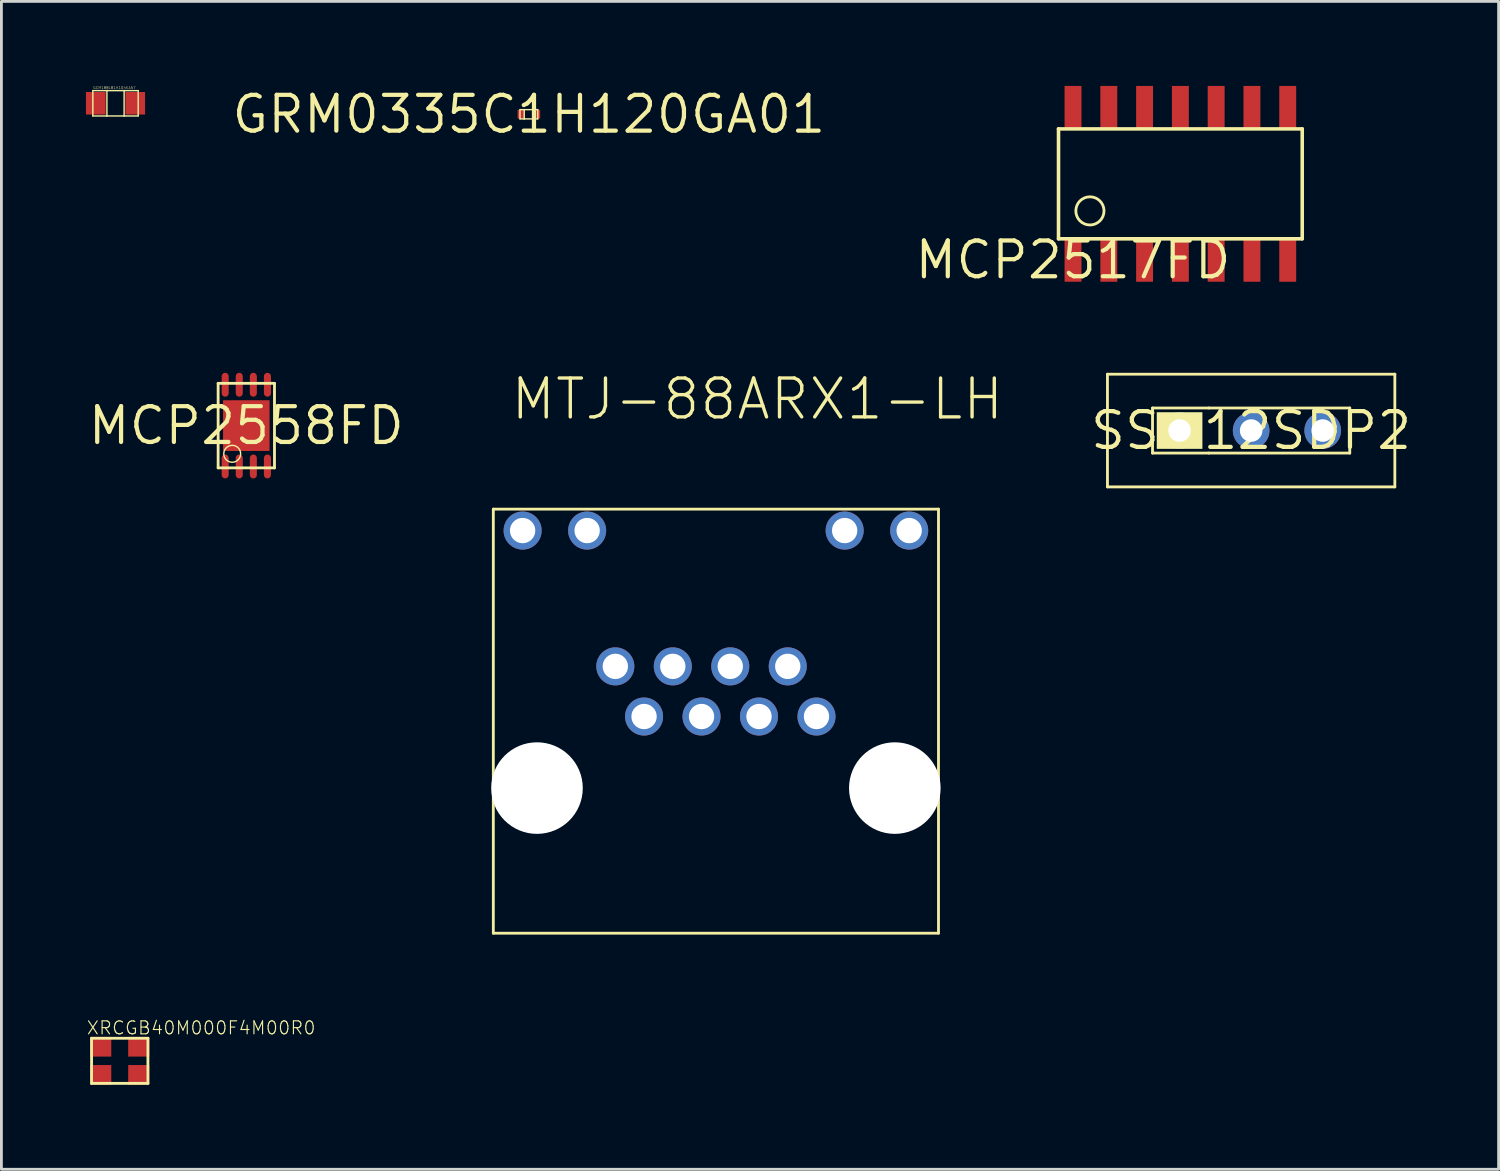
<source format=kicad_pcb>
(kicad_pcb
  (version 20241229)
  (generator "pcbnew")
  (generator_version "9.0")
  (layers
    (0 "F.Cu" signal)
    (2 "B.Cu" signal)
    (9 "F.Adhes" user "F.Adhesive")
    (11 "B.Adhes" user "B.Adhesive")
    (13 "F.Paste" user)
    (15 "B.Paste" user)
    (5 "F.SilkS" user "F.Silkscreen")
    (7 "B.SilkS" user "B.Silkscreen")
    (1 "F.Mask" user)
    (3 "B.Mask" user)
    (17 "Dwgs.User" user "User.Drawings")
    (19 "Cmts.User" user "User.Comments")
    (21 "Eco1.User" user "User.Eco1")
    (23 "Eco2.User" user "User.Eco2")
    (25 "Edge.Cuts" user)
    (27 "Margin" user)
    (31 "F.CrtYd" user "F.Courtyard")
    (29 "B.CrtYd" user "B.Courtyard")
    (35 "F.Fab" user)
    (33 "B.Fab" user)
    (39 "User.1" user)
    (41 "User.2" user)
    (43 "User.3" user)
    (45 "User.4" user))
  (footprint "MCP2517FD"
    (layer "F.Cu")
    (at 35.034 6.175)
    (property "Reference" "MCP2517FD" (at 0 0 0) (layer "F.SilkS") (effects (font (size 1.27 1.27) (thickness 0.15))))
    (fp_line (start -0.515 -4.65) (end -0.515 -0.75) (stroke (width 0.127) (type solid)) (layer "F.SilkS"))
    (fp_line (start -0.515 -0.75) (end 8.135 -0.75) (stroke (width 0.127) (type solid)) (layer "F.SilkS"))
    (fp_line (start 8.135 -4.65) (end -0.515 -4.65) (stroke (width 0.127) (type solid)) (layer "F.SilkS"))
    (fp_line (start 8.135 -0.75) (end 8.135 -4.65) (stroke (width 0.127) (type solid)) (layer "F.SilkS"))
    (fp_circle (center 0.6 -1.74) (end 1.1 -1.74) (stroke (width 0.1) (type solid)) (fill no) (layer "F.SilkS"))
    (pad "CLKO/SOF" smd rect (at 2.54 0) (size 0.6 1.55) (layers "F.Cu" "F.Mask" "F.Paste"))
    (pad "INT" smd rect (at 3.81 0) (size 0.6 1.55) (layers "F.Cu" "F.Mask" "F.Paste"))
    (pad "INT0/GPIO0" smd rect (at 6.35 -5.4) (size 0.6 1.55) (layers "F.Cu" "F.Mask" "F.Paste"))
    (pad "INT1/GPIO1" smd rect (at 7.62 -5.4) (size 0.6 1.55) (layers "F.Cu" "F.Mask" "F.Paste"))
    (pad "NCS" smd rect (at 1.27 -5.4) (size 0.6 1.55) (layers "F.Cu" "F.Mask" "F.Paste"))
    (pad "OSC1" smd rect (at 6.35 0) (size 0.6 1.55) (layers "F.Cu" "F.Mask" "F.Paste"))
    (pad "OSC2" smd rect (at 5.08 0) (size 0.6 1.55) (layers "F.Cu" "F.Mask" "F.Paste"))
    (pad "RXCAN" smd rect (at 1.27 0) (size 0.6 1.55) (layers "F.Cu" "F.Mask" "F.Paste"))
    (pad "SCK" smd rect (at 5.08 -5.4) (size 0.6 1.55) (layers "F.Cu" "F.Mask" "F.Paste"))
    (pad "SDI" smd rect (at 3.81 -5.4) (size 0.6 1.55) (layers "F.Cu" "F.Mask" "F.Paste"))
    (pad "SDO" smd rect (at 2.54 -5.4) (size 0.6 1.55) (layers "F.Cu" "F.Mask" "F.Paste"))
    (pad "TXCAN" smd rect (at 0 0) (size 0.6 1.55) (layers "F.Cu" "F.Mask" "F.Paste"))
    (pad "VDD" smd rect (at 0 -5.4) (size 0.6 1.55) (layers "F.Cu" "F.Mask" "F.Paste"))
    (pad "VSS" smd rect (at 7.62 0) (size 0.6 1.55) (layers "F.Cu" "F.Mask" "F.Paste")))
  (footprint "XRCGB40M000F4M00R0"
    (layer "F.Cu")
    (at 1.2 34.601)
    (property "Reference" "XRCGB40M000F4M00R0" (at -1.2 -0.9 0) (layer "F.SilkS") (effects (font (size 0.46 0.46) (thickness 0.04)) (justify left bottom)))
    (fp_line (start -1 -0.8) (end -1 0.8) (stroke (width 0.1) (type solid)) (layer "F.SilkS"))
    (fp_line (start -1 0.8) (end 1 0.8) (stroke (width 0.1) (type solid)) (layer "F.SilkS"))
    (fp_line (start 1 -0.8) (end -1 -0.8) (stroke (width 0.1) (type solid)) (layer "F.SilkS"))
    (fp_line (start 1 0.8) (end 1 -0.8) (stroke (width 0.1) (type solid)) (layer "F.SilkS"))
    (pad "1" smd rect (at -0.675 0.5) (size 0.75 0.7) (layers "F.Cu" "F.Mask" "F.Paste"))
    (pad "2" smd rect (at 0.675 -0.5) (size 0.75 0.7) (layers "F.Cu" "F.Mask" "F.Paste"))
    (pad "NC1" smd rect (at -0.675 -0.5) (size 0.75 0.7) (layers "F.Cu" "F.Mask" "F.Paste"))
    (pad "NC2" smd rect (at 0.675 0.5) (size 0.75 0.7) (layers "F.Cu" "F.Mask" "F.Paste")))
  (footprint "GCM188L81H104KA57"
    (layer "F.Cu")
    (at 1.05 0.616)
    (property "Reference" "GCM188L81H104KA57" (at -0.8 -0.5 0) (layer "F.SilkS") (effects (font (size 0.092 0.092) (thickness 0.008)) (justify left bottom)))
    (fp_line (start -0.805 -0.45) (end -0.305 -0.45) (stroke (width 0.05) (type solid)) (layer "F.SilkS"))
    (fp_line (start -0.805 0.45) (end -0.805 -0.45) (stroke (width 0.05) (type solid)) (layer "F.SilkS"))
    (fp_line (start -0.305 -0.45) (end -0.305 0.45) (stroke (width 0.05) (type solid)) (layer "F.SilkS"))
    (fp_line (start -0.305 -0.45) (end 0.305 -0.45) (stroke (width 0.05) (type solid)) (layer "F.SilkS"))
    (fp_line (start -0.305 0.45) (end -0.805 0.45) (stroke (width 0.05) (type solid)) (layer "F.SilkS"))
    (fp_line (start 0.305 -0.45) (end 0.305 0.45) (stroke (width 0.05) (type solid)) (layer "F.SilkS"))
    (fp_line (start 0.305 -0.45) (end 0.805 -0.45) (stroke (width 0.05) (type solid)) (layer "F.SilkS"))
    (fp_line (start 0.305 0.45) (end -0.305 0.45) (stroke (width 0.05) (type solid)) (layer "F.SilkS"))
    (fp_line (start 0.805 -0.45) (end 0.805 0.45) (stroke (width 0.05) (type solid)) (layer "F.SilkS"))
    (fp_line (start 0.805 0.45) (end 0.305 0.45) (stroke (width 0.05) (type solid)) (layer "F.SilkS"))
    (pad "P$1" smd rect (at -0.7 0) (size 0.7 0.8) (layers "F.Cu" "F.Mask" "F.Paste"))
    (pad "P$2" smd rect (at 0.7 0) (size 0.7 0.8) (layers "F.Cu" "F.Mask" "F.Paste")))
  (footprint "MCP2558FD"
    (layer "F.Cu")
    (at 5.692 12.056)
    (property "Reference" "MCP2558FD" (at 0 0 0) (layer "F.SilkS") (effects (font (size 1.27 1.27) (thickness 0.15))))
    (fp_line (start -1 -1.5) (end -1 1.5) (stroke (width 0.1) (type solid)) (layer "F.SilkS"))
    (fp_line (start -1 1.5) (end 1 1.5) (stroke (width 0.1) (type solid)) (layer "F.SilkS"))
    (fp_line (start 1 -1.5) (end -1 -1.5) (stroke (width 0.1) (type solid)) (layer "F.SilkS"))
    (fp_line (start 1 1.5) (end 1 -1.5) (stroke (width 0.1) (type solid)) (layer "F.SilkS"))
    (fp_circle (center -0.5 1) (end -0.2 1) (stroke (width 0.05) (type solid)) (fill no) (layer "F.SilkS"))
    (pad "CANH" smd roundrect (at -0.25 -1.45) (size 0.25 0.85) (layers "F.Cu" "F.Mask" "F.Paste") (roundrect_rratio 0.5))
    (pad "CANL" smd roundrect (at 0.25 -1.45) (size 0.25 0.85) (layers "F.Cu" "F.Mask" "F.Paste") (roundrect_rratio 0.5))
    (pad "EP" smd rect (at 0 0) (size 1.65 1.8) (layers "F.Cu" "F.Mask" "F.Paste"))
    (pad "RXD" smd roundrect (at 0.75 1.45) (size 0.25 0.85) (layers "F.Cu" "F.Mask" "F.Paste") (roundrect_rratio 0.5))
    (pad "S" smd roundrect (at -0.75 -1.45) (size 0.25 0.85) (layers "F.Cu" "F.Mask" "F.Paste") (roundrect_rratio 0.5))
    (pad "TXD" smd roundrect (at -0.75 1.45) (size 0.25 0.85) (layers "F.Cu" "F.Mask" "F.Paste") (roundrect_rratio 0.5))
    (pad "VDD" smd roundrect (at 0.25 1.45) (size 0.25 0.85) (layers "F.Cu" "F.Mask" "F.Paste") (roundrect_rratio 0.5))
    (pad "VIO" smd roundrect (at 0.75 -1.45) (size 0.25 0.85) (layers "F.Cu" "F.Mask" "F.Paste") (roundrect_rratio 0.5))
    (pad "VSS" smd roundrect (at -0.25 1.45) (size 0.25 0.85) (layers "F.Cu" "F.Mask" "F.Paste") (roundrect_rratio 0.5)))
  (footprint "MTJ-88ARX1-LH"
    (layer "F.Cu")
    (at 16.009 24.921)
    (property "Reference" "MTJ-88ARX1-LH" (at -1 -13 0) (layer "F.SilkS") (effects (font (size 1.38 1.38) (thickness 0.12)) (justify left bottom)))
    (fp_line (start -1.55 -9.9) (end -1.55 5.15) (stroke (width 0.1) (type solid)) (layer "F.SilkS"))
    (fp_line (start -1.55 5.15) (end 14.25 5.15) (stroke (width 0.1) (type solid)) (layer "F.SilkS"))
    (fp_line (start 14.25 -9.9) (end -1.55 -9.9) (stroke (width 0.1) (type solid)) (layer "F.SilkS"))
    (fp_line (start 14.25 5.15) (end 14.25 -9.9) (stroke (width 0.1) (type solid)) (layer "F.SilkS"))
    (pad "" np_thru_hole circle (at 0 0) (size 3.25 3.25) (drill 3.25) (layers "*.Cu" "*.Mask"))
    (pad "" np_thru_hole circle (at 12.7 0) (size 3.25 3.25) (drill 3.25) (layers "*.Cu" "*.Mask"))
    (pad "1" thru_hole circle (at 9.92 -2.54) (size 1.35 1.35) (drill 0.9) (layers "*.Cu" "*.Mask"))
    (pad "2" thru_hole circle (at 8.9 -4.32) (size 1.35 1.35) (drill 0.9) (layers "*.Cu" "*.Mask"))
    (pad "3" thru_hole circle (at 7.88 -2.54) (size 1.35 1.35) (drill 0.9) (layers "*.Cu" "*.Mask"))
    (pad "4" thru_hole circle (at 6.86 -4.32) (size 1.35 1.35) (drill 0.9) (layers "*.Cu" "*.Mask"))
    (pad "5" thru_hole circle (at 5.84 -2.54) (size 1.35 1.35) (drill 0.9) (layers "*.Cu" "*.Mask"))
    (pad "6" thru_hole circle (at 4.82 -4.32) (size 1.35 1.35) (drill 0.9) (layers "*.Cu" "*.Mask"))
    (pad "7" thru_hole circle (at 3.8 -2.54) (size 1.35 1.35) (drill 0.9) (layers "*.Cu" "*.Mask"))
    (pad "8" thru_hole circle (at 2.78 -4.32) (size 1.35 1.35) (drill 0.9) (layers "*.Cu" "*.Mask"))
    (pad "LED1_A" thru_hole circle (at -0.51 -9.14) (size 1.35 1.35) (drill 0.9) (layers "*.Cu" "*.Mask"))
    (pad "LED1_K" thru_hole circle (at 1.78 -9.14) (size 1.35 1.35) (drill 0.9) (layers "*.Cu" "*.Mask"))
    (pad "LED2_A" thru_hole circle (at 10.92 -9.14) (size 1.35 1.35) (drill 0.9) (layers "*.Cu" "*.Mask"))
    (pad "LED2_K" thru_hole circle (at 13.21 -9.14) (size 1.35 1.35) (drill 0.9) (layers "*.Cu" "*.Mask")))
  (footprint "GRM0335C1H120GA01"
    (layer "F.Cu")
    (at 15.721 1.006)
    (property "Reference" "GRM0335C1H120GA01" (at 0 0 0) (layer "F.SilkS") (effects (font (size 1.27 1.27) (thickness 0.15))))
    (fp_line (start -0.315 -0.165) (end -0.315 0.165) (stroke (width 0.05) (type solid)) (layer "F.SilkS"))
    (fp_line (start -0.315 0.165) (end -0.165 0.165) (stroke (width 0.05) (type solid)) (layer "F.SilkS"))
    (fp_line (start -0.165 -0.165) (end -0.315 -0.165) (stroke (width 0.05) (type solid)) (layer "F.SilkS"))
    (fp_line (start -0.165 0.165) (end -0.165 -0.165) (stroke (width 0.05) (type solid)) (layer "F.SilkS"))
    (fp_line (start -0.165 0.165) (end 0.165 0.165) (stroke (width 0.05) (type solid)) (layer "F.SilkS"))
    (fp_line (start 0.165 -0.165) (end -0.165 -0.165) (stroke (width 0.05) (type solid)) (layer "F.SilkS"))
    (fp_line (start 0.165 -0.165) (end 0.165 0.165) (stroke (width 0.05) (type solid)) (layer "F.SilkS"))
    (fp_line (start 0.165 0.165) (end 0.315 0.165) (stroke (width 0.05) (type solid)) (layer "F.SilkS"))
    (fp_line (start 0.315 -0.165) (end 0.165 -0.165) (stroke (width 0.05) (type solid)) (layer "F.SilkS"))
    (fp_line (start 0.315 0.165) (end 0.315 -0.165) (stroke (width 0.05) (type solid)) (layer "F.SilkS"))
    (pad "1" smd rect (at -0.275 0) (size 0.25 0.3) (layers "F.Cu" "F.Mask" "F.Paste"))
    (pad "2" smd rect (at 0.275 0) (size 0.25 0.3) (layers "F.Cu" "F.Mask" "F.Paste")))
  (footprint "SS-12SDP2"
    (layer "F.Cu")
    (at 41.356 12.231)
    (property "Reference" "SS-12SDP2" (at 0 0 0) (layer "F.SilkS") (effects (font (size 1.27 1.27) (thickness 0.15))))
    (fp_line (start -5.1 -2) (end -5.1 2) (stroke (width 0.1) (type solid)) (layer "F.SilkS"))
    (fp_line (start -5.1 2) (end 5.1 2) (stroke (width 0.1) (type solid)) (layer "F.SilkS"))
    (fp_line (start -3.5 -0.8) (end -3.5 0.8) (stroke (width 0.1) (type solid)) (layer "F.SilkS"))
    (fp_line (start -3.5 0.8) (end -1.5 0.8) (stroke (width 0.1) (type solid)) (layer "F.SilkS"))
    (fp_line (start -1.5 -0.8) (end -3.5 -0.8) (stroke (width 0.1) (type solid)) (layer "F.SilkS"))
    (fp_line (start -1.5 0.8) (end 3.5 0.8) (stroke (width 0.1) (type solid)) (layer "F.SilkS"))
    (fp_line (start 3.5 -0.8) (end -1.5 -0.8) (stroke (width 0.1) (type solid)) (layer "F.SilkS"))
    (fp_line (start 3.5 0.8) (end 3.5 -0.8) (stroke (width 0.1) (type solid)) (layer "F.SilkS"))
    (fp_line (start 5.1 -2) (end -5.1 -2) (stroke (width 0.1) (type solid)) (layer "F.SilkS"))
    (fp_line (start 5.1 2) (end 5.1 -2) (stroke (width 0.1) (type solid)) (layer "F.SilkS"))
    (fp_poly (pts (xy -1.73 0.65) (xy -3.35 0.65) (xy -3.35 -0.65) (xy -1.73 -0.65)) (stroke (width 0) (type default)) (fill yes) (layer "F.SilkS"))
    (pad "C" thru_hole circle (at 0 0) (size 1.3 1.3) (drill 0.8) (layers "*.Cu" "*.Mask"))
    (pad "L" thru_hole circle (at -2.54 0) (size 1.3 1.3) (drill 0.8) (layers "*.Cu" "*.Mask"))
    (pad "R" thru_hole circle (at 2.54 0) (size 1.3 1.3) (drill 0.8) (layers "*.Cu" "*.Mask")))
  (gr_rect
    (start -3 -3)
    (end 50.139 38.451)
    (stroke (width 0.1) (type default))
    (fill no)
    (layer "Edge.Cuts")))
</source>
